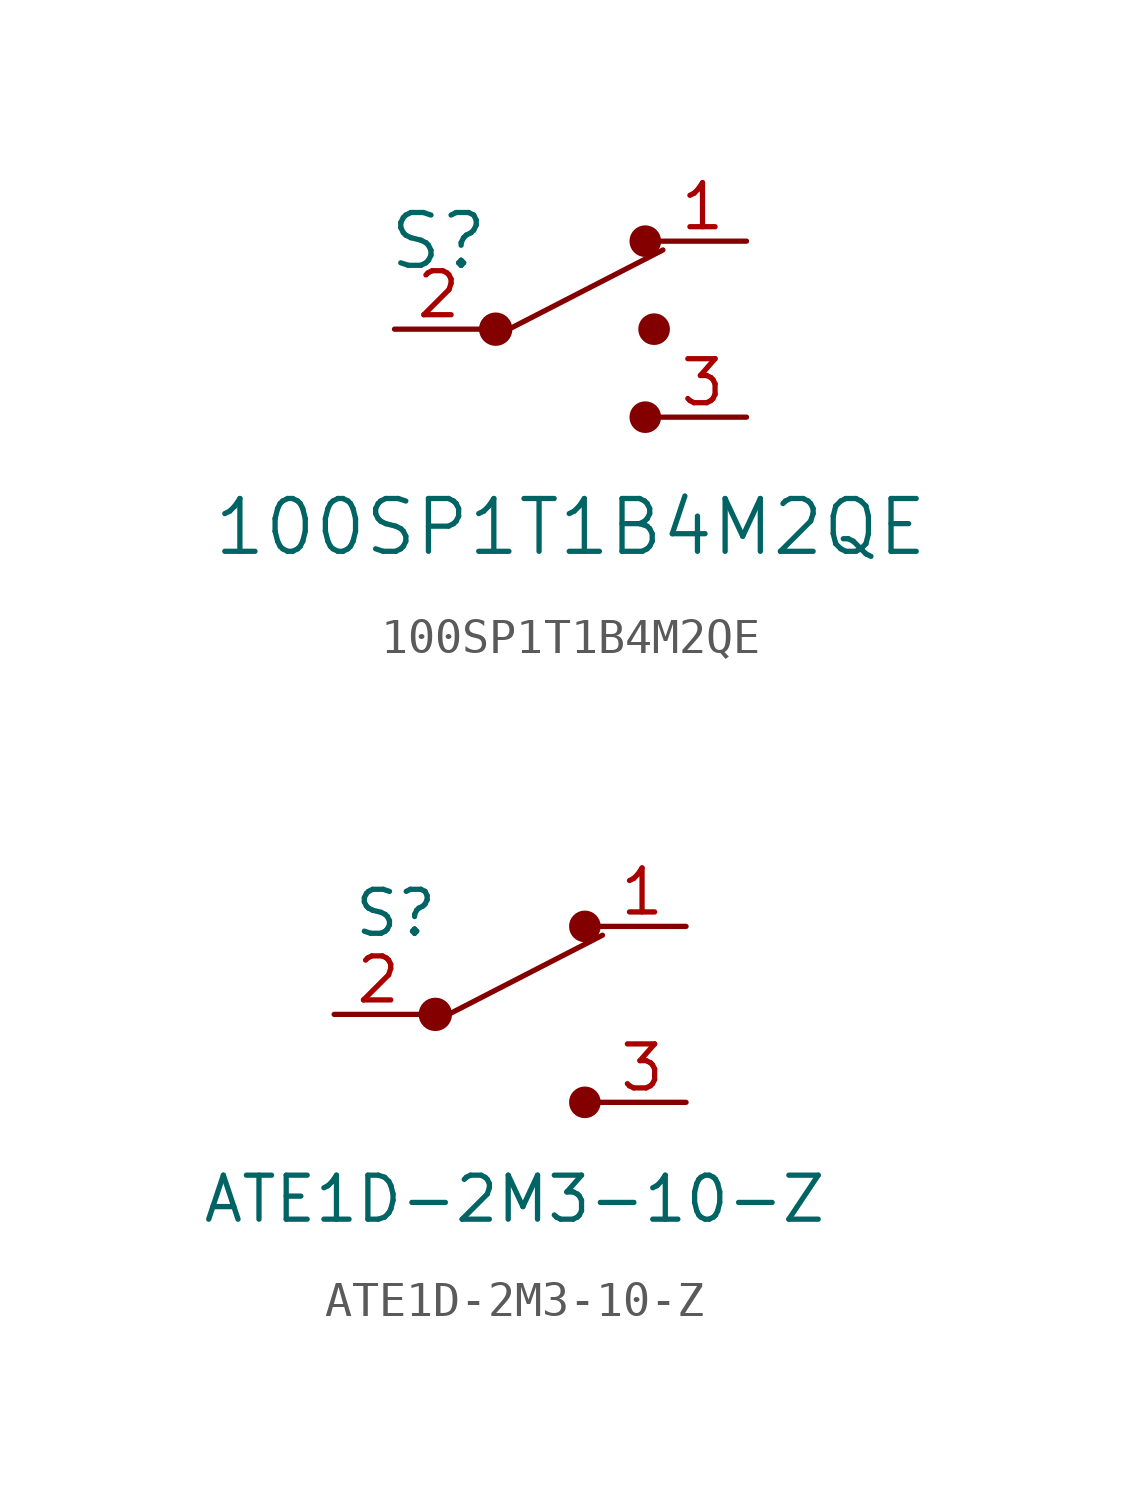
<source format=kicad_sym>
(kicad_symbol_lib
  (version 20201005)
  (generator kicad_symbol_editor)
  (symbol "100SP1T1B4M2QE"
    (pin_names
      (offset 0) hide)
    (property "Reference" "S"
      (at -3.81 2.54 0)
      (effects (font (size 1.524 1.524))))
    (property "Value" "100SP1T1B4M2QE"
      (at 0 -5.715 0)
      (effects (font (size 1.524 1.524))))
    (symbol "100SP1T1B4M2QE_0_1"
      (circle (center -2.159 0) (radius 0.406) (stroke (width 0)) (fill (type outline)))
      (circle (center 2.159 -2.54) (radius 0.381) (stroke (width 0)) (fill (type outline)))
      (circle (center 2.159 2.54) (radius 0.381) (stroke (width 0)) (fill (type outline)))
      (circle (center 2.413 0) (radius 0.381) (stroke (width 0)) (fill (type outline)))
      (polyline (pts (xy 2.667 2.286) (xy -1.778 0)) (stroke (width 0)) (fill (type none))))
    (symbol "100SP1T1B4M2QE_1_1"
      (pin passive line (at 5.08 2.54 180) (length 2.54) (name "~" (effects (font (size 1.27 1.27)))) (number "1" (effects (font (size 1.27 1.27)))))
      (pin passive line (at -5.08 0 0) (length 2.54) (name "Com" (effects (font (size 1.27 1.27)))) (number "2" (effects (font (size 1.27 1.27)))))
      (pin passive line (at 5.08 -2.54 180) (length 2.54) (name "~" (effects (font (size 1.27 1.27)))) (number "3" (effects (font (size 1.27 1.27)))))))
  (symbol "ATE1D-2M3-10-Z"
    (pin_names
      (offset 0) hide)
    (property "Reference" "S"
      (at -3.302 2.921 0)
      (effects (font (size 1.27 1.27))))
    (property "Value" "ATE1D-2M3-10-Z"
      (at 0.127 -5.334 0)
      (effects (font (size 1.27 1.27))))
    (symbol "ATE1D-2M3-10-Z_0_1"
      (circle (center -2.159 0) (radius 0.406) (stroke (width 0)) (fill (type outline)))
      (circle (center 2.159 -2.54) (radius 0.381) (stroke (width 0)) (fill (type outline)))
      (circle (center 2.159 2.54) (radius 0.381) (stroke (width 0)) (fill (type outline)))
      (polyline (pts (xy 2.667 2.286) (xy -1.778 0)) (stroke (width 0)) (fill (type none))))
    (symbol "ATE1D-2M3-10-Z_1_1"
      (pin passive line (at 5.08 2.54 180) (length 2.54) (name "~" (effects (font (size 1.27 1.27)))) (number "1" (effects (font (size 1.27 1.27)))))
      (pin passive line (at -5.08 0 0) (length 2.54) (name "Com" (effects (font (size 1.27 1.27)))) (number "2" (effects (font (size 1.27 1.27)))))
      (pin passive line (at 5.08 -2.54 180) (length 2.54) (name "~" (effects (font (size 1.27 1.27)))) (number "3" (effects (font (size 1.27 1.27))))))))
</source>
